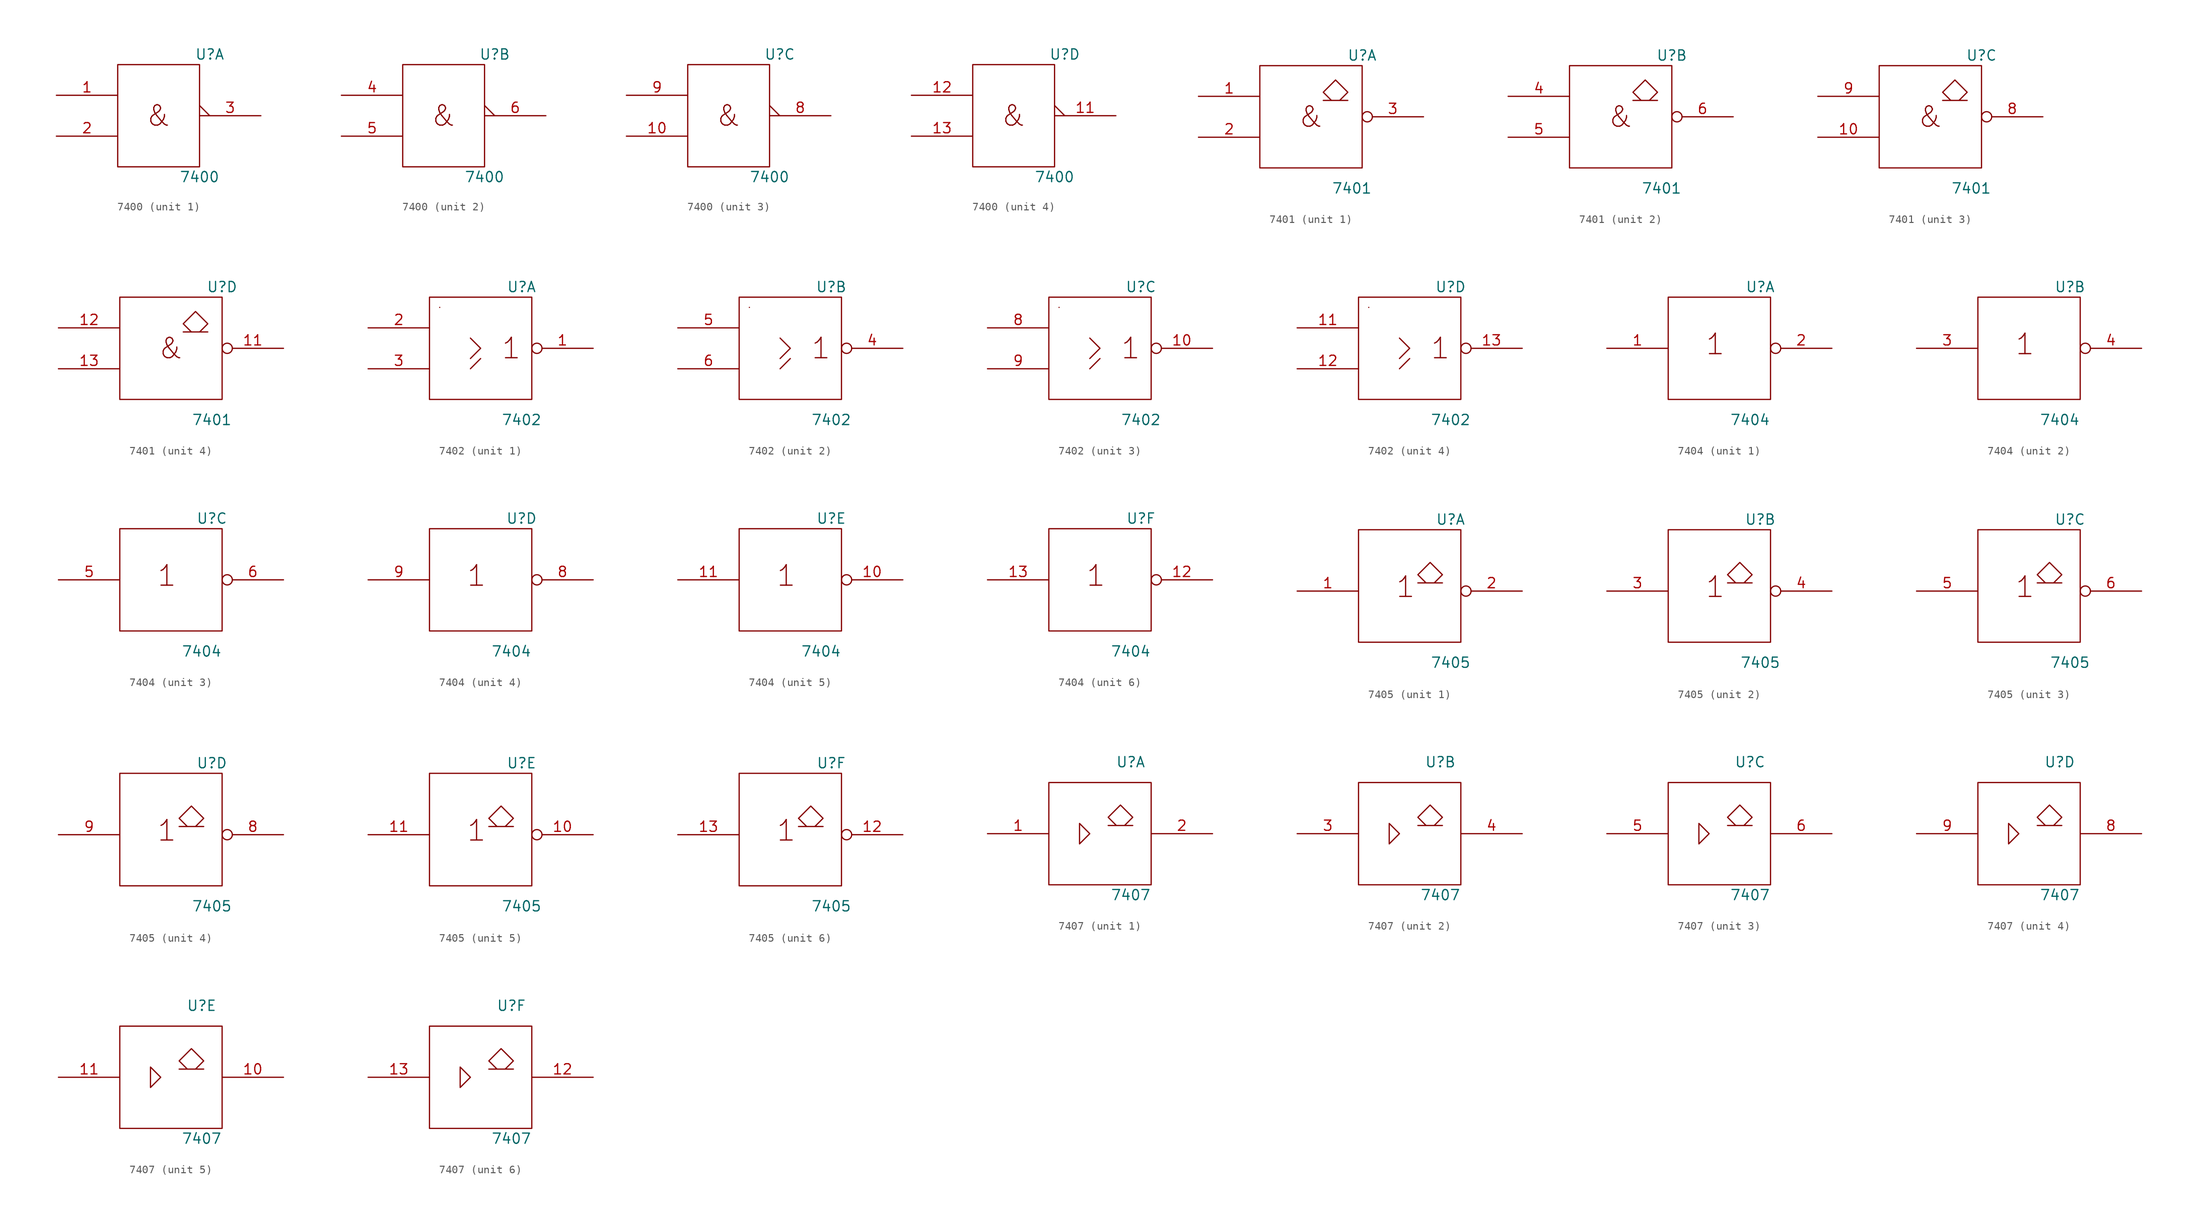
<source format=kicad_sym>
(kicad_symbol_lib
  (version 20201005)
  (generator kicad_symbol_editor)
  (symbol "7400"
    (pin_names
      (offset 0.762))
    (property "Reference" "U"
      (at 6.35 7.62 0)
      (effects (font (size 1.27 1.27))))
    (property "Value" "7400"
      (at 5.08 -7.62 0)
      (effects (font (size 1.27 1.27))))
    (symbol "7400_0_0"
      (text "&" (at 0 0 0) (effects (font (size 2.54 2.54)))))
    (symbol "7400_0_1"
      (rectangle (start -5.08 6.35) (end 5.08 -6.35) (stroke (width 0)) (fill (type none)))
      (pin power_in line (at 0 6.35 270) (length 0) hide (name "Vcc" (effects (font (size 1.27 1.27)))) (number "14" (effects (font (size 1.27 1.27)))))
      (pin power_in line (at 0 -6.35 90) (length 0) hide (name "GND" (effects (font (size 1.27 1.27)))) (number "7" (effects (font (size 1.27 1.27))))))
    (symbol "7400_1_1"
      (pin input line (at -12.7 2.54 0) (length 7.62) (name "~" (effects (font (size 1.27 1.27)))) (number "1" (effects (font (size 1.27 1.27)))))
      (pin input line (at -12.7 -2.54 0) (length 7.62) (name "~" (effects (font (size 1.27 1.27)))) (number "2" (effects (font (size 1.27 1.27)))))
      (pin output output_low (at 12.7 0 180) (length 7.62) (name "~" (effects (font (size 1.27 1.27)))) (number "3" (effects (font (size 1.27 1.27))))))
    (symbol "7400_2_1"
      (pin input line (at -12.7 2.54 0) (length 7.62) (name "~" (effects (font (size 1.27 1.27)))) (number "4" (effects (font (size 1.27 1.27)))))
      (pin input line (at -12.7 -2.54 0) (length 7.62) (name "~" (effects (font (size 1.27 1.27)))) (number "5" (effects (font (size 1.27 1.27)))))
      (pin output output_low (at 12.7 0 180) (length 7.62) (name "~" (effects (font (size 1.27 1.27)))) (number "6" (effects (font (size 1.27 1.27))))))
    (symbol "7400_3_1"
      (pin input line (at -12.7 -2.54 0) (length 7.62) (name "~" (effects (font (size 1.27 1.27)))) (number "10" (effects (font (size 1.27 1.27)))))
      (pin output output_low (at 12.7 0 180) (length 7.62) (name "~" (effects (font (size 1.27 1.27)))) (number "8" (effects (font (size 1.27 1.27)))))
      (pin input line (at -12.7 2.54 0) (length 7.62) (name "~" (effects (font (size 1.27 1.27)))) (number "9" (effects (font (size 1.27 1.27))))))
    (symbol "7400_4_1"
      (pin output output_low (at 12.7 0 180) (length 7.62) (name "~" (effects (font (size 1.27 1.27)))) (number "11" (effects (font (size 1.27 1.27)))))
      (pin input line (at -12.7 2.54 0) (length 7.62) (name "~" (effects (font (size 1.27 1.27)))) (number "12" (effects (font (size 1.27 1.27)))))
      (pin input line (at -12.7 -2.54 0) (length 7.62) (name "~" (effects (font (size 1.27 1.27)))) (number "13" (effects (font (size 1.27 1.27)))))))
  (symbol "7401"
    (pin_names
      (offset 0.762))
    (property "Reference" "U"
      (at 6.35 7.62 0)
      (effects (font (size 1.27 1.27))))
    (property "Value" "7401"
      (at 5.08 -8.89 0)
      (effects (font (size 1.27 1.27))))
    (symbol "7401_0_0"
      (text "&" (at 0 0 0) (effects (font (size 2.54 2.54))))
      (polyline (pts (xy 2.54 2.032) (xy 1.524 3.048) (xy 3.048 4.572) (xy 4.572 3.048) (xy 3.556 2.032) (xy 4.572 2.032) (xy 1.524 2.032) (xy 1.524 2.032)) (stroke (width 0)) (fill (type none))))
    (symbol "7401_0_1"
      (rectangle (start -6.35 6.35) (end 6.35 -6.35) (stroke (width 0)) (fill (type none)))
      (pin power_in line (at 0 6.35 270) (length 0) hide (name "Vcc" (effects (font (size 1.27 1.27)))) (number "14" (effects (font (size 1.27 1.27)))))
      (pin power_in line (at 0 -6.35 90) (length 0) hide (name "GND" (effects (font (size 1.27 1.27)))) (number "7" (effects (font (size 1.27 1.27))))))
    (symbol "7401_1_1"
      (pin input line (at -13.97 2.54 0) (length 7.62) (name "~" (effects (font (size 1.27 1.27)))) (number "1" (effects (font (size 1.27 1.27)))))
      (pin input line (at -13.97 -2.54 0) (length 7.62) (name "~" (effects (font (size 1.27 1.27)))) (number "2" (effects (font (size 1.27 1.27)))))
      (pin open_collector inverted (at 13.97 0 180) (length 7.62) (name "~" (effects (font (size 1.27 1.27)))) (number "3" (effects (font (size 1.27 1.27))))))
    (symbol "7401_2_1"
      (pin input line (at -13.97 2.54 0) (length 7.62) (name "~" (effects (font (size 1.27 1.27)))) (number "4" (effects (font (size 1.27 1.27)))))
      (pin input line (at -13.97 -2.54 0) (length 7.62) (name "~" (effects (font (size 1.27 1.27)))) (number "5" (effects (font (size 1.27 1.27)))))
      (pin open_collector inverted (at 13.97 0 180) (length 7.62) (name "~" (effects (font (size 1.27 1.27)))) (number "6" (effects (font (size 1.27 1.27))))))
    (symbol "7401_3_1"
      (pin input line (at -13.97 -2.54 0) (length 7.62) (name "~" (effects (font (size 1.27 1.27)))) (number "10" (effects (font (size 1.27 1.27)))))
      (pin open_collector inverted (at 13.97 0 180) (length 7.62) (name "~" (effects (font (size 1.27 1.27)))) (number "8" (effects (font (size 1.27 1.27)))))
      (pin input line (at -13.97 2.54 0) (length 7.62) (name "~" (effects (font (size 1.27 1.27)))) (number "9" (effects (font (size 1.27 1.27))))))
    (symbol "7401_4_1"
      (pin open_collector inverted (at 13.97 0 180) (length 7.62) (name "~" (effects (font (size 1.27 1.27)))) (number "11" (effects (font (size 1.27 1.27)))))
      (pin input line (at -13.97 2.54 0) (length 7.62) (name "~" (effects (font (size 1.27 1.27)))) (number "12" (effects (font (size 1.27 1.27)))))
      (pin input line (at -13.97 -2.54 0) (length 7.62) (name "~" (effects (font (size 1.27 1.27)))) (number "13" (effects (font (size 1.27 1.27)))))))
  (symbol "7402"
    (pin_names
      (offset 0.762))
    (property "Reference" "U"
      (at 5.08 7.62 0)
      (effects (font (size 1.27 1.27))))
    (property "Value" "7402"
      (at 5.08 -8.89 0)
      (effects (font (size 1.27 1.27))))
    (symbol "7402_0_0"
      (text "1" (at 3.81 0 0) (effects (font (size 2.54 2.54))))
      (rectangle (start -5.08 5.08) (end -5.08 5.08) (stroke (width 0)) (fill (type none)))
      (polyline (pts (xy -1.27 -2.54) (xy 0 -1.27) (xy 0 -1.27)) (stroke (width 0)) (fill (type none)))
      (polyline (pts (xy -1.27 1.27) (xy 0 0) (xy -1.27 -1.27) (xy -1.27 -1.27)) (stroke (width 0)) (fill (type none))))
    (symbol "7402_0_1"
      (rectangle (start -6.35 6.35) (end 6.35 -6.35) (stroke (width 0)) (fill (type none)))
      (pin power_in line (at 0 6.35 270) (length 0) hide (name "VCC" (effects (font (size 1.27 1.27)))) (number "14" (effects (font (size 1.27 1.27)))))
      (pin power_in line (at 0 -6.35 90) (length 0) hide (name "GND" (effects (font (size 1.27 1.27)))) (number "7" (effects (font (size 1.27 1.27))))))
    (symbol "7402_1_1"
      (pin output inverted (at 13.97 0 180) (length 7.62) (name "~" (effects (font (size 1.27 1.27)))) (number "1" (effects (font (size 1.27 1.27)))))
      (pin input line (at -13.97 2.54 0) (length 7.62) (name "~" (effects (font (size 1.27 1.27)))) (number "2" (effects (font (size 1.27 1.27)))))
      (pin input line (at -13.97 -2.54 0) (length 7.62) (name "~" (effects (font (size 1.27 1.27)))) (number "3" (effects (font (size 1.27 1.27))))))
    (symbol "7402_2_1"
      (pin output inverted (at 13.97 0 180) (length 7.62) (name "~" (effects (font (size 1.27 1.27)))) (number "4" (effects (font (size 1.27 1.27)))))
      (pin input line (at -13.97 2.54 0) (length 7.62) (name "~" (effects (font (size 1.27 1.27)))) (number "5" (effects (font (size 1.27 1.27)))))
      (pin input line (at -13.97 -2.54 0) (length 7.62) (name "~" (effects (font (size 1.27 1.27)))) (number "6" (effects (font (size 1.27 1.27))))))
    (symbol "7402_3_1"
      (pin output inverted (at 13.97 0 180) (length 7.62) (name "~" (effects (font (size 1.27 1.27)))) (number "10" (effects (font (size 1.27 1.27)))))
      (pin input line (at -13.97 2.54 0) (length 7.62) (name "~" (effects (font (size 1.27 1.27)))) (number "8" (effects (font (size 1.27 1.27)))))
      (pin input line (at -13.97 -2.54 0) (length 7.62) (name "~" (effects (font (size 1.27 1.27)))) (number "9" (effects (font (size 1.27 1.27))))))
    (symbol "7402_4_1"
      (pin input line (at -13.97 2.54 0) (length 7.62) (name "~" (effects (font (size 1.27 1.27)))) (number "11" (effects (font (size 1.27 1.27)))))
      (pin input line (at -13.97 -2.54 0) (length 7.62) (name "~" (effects (font (size 1.27 1.27)))) (number "12" (effects (font (size 1.27 1.27)))))
      (pin output inverted (at 13.97 0 180) (length 7.62) (name "~" (effects (font (size 1.27 1.27)))) (number "13" (effects (font (size 1.27 1.27)))))))
  (symbol "7404"
    (pin_names
      (offset 0.762))
    (property "Reference" "U"
      (at 5.08 7.62 0)
      (effects (font (size 1.27 1.27))))
    (property "Value" "7404"
      (at 3.81 -8.89 0)
      (effects (font (size 1.27 1.27))))
    (symbol "7404_0_0"
      (text "1" (at -0.508 0.508 0) (effects (font (size 2.54 2.54)))))
    (symbol "7404_0_1"
      (rectangle (start -6.35 6.35) (end 6.35 -6.35) (stroke (width 0)) (fill (type none)))
      (pin power_in line (at 0 6.35 270) (length 0) hide (name "Vcc" (effects (font (size 1.27 1.27)))) (number "14" (effects (font (size 1.27 1.27)))))
      (pin power_in line (at 0 -6.35 90) (length 0) hide (name "Gnd" (effects (font (size 1.27 1.27)))) (number "7" (effects (font (size 1.27 1.27))))))
    (symbol "7404_1_1"
      (pin input line (at -13.97 0 0) (length 7.62) (name "~" (effects (font (size 1.27 1.27)))) (number "1" (effects (font (size 1.27 1.27)))))
      (pin input inverted (at 13.97 0 180) (length 7.62) (name "~" (effects (font (size 1.27 1.27)))) (number "2" (effects (font (size 1.27 1.27))))))
    (symbol "7404_2_1"
      (pin input line (at -13.97 0 0) (length 7.62) (name "~" (effects (font (size 1.27 1.27)))) (number "3" (effects (font (size 1.27 1.27)))))
      (pin input inverted (at 13.97 0 180) (length 7.62) (name "~" (effects (font (size 1.27 1.27)))) (number "4" (effects (font (size 1.27 1.27))))))
    (symbol "7404_3_1"
      (pin input line (at -13.97 0 0) (length 7.62) (name "~" (effects (font (size 1.27 1.27)))) (number "5" (effects (font (size 1.27 1.27)))))
      (pin input inverted (at 13.97 0 180) (length 7.62) (name "~" (effects (font (size 1.27 1.27)))) (number "6" (effects (font (size 1.27 1.27))))))
    (symbol "7404_4_1"
      (pin input inverted (at 13.97 0 180) (length 7.62) (name "~" (effects (font (size 1.27 1.27)))) (number "8" (effects (font (size 1.27 1.27)))))
      (pin input line (at -13.97 0 0) (length 7.62) (name "~" (effects (font (size 1.27 1.27)))) (number "9" (effects (font (size 1.27 1.27))))))
    (symbol "7404_5_1"
      (pin input inverted (at 13.97 0 180) (length 7.62) (name "~" (effects (font (size 1.27 1.27)))) (number "10" (effects (font (size 1.27 1.27)))))
      (pin input line (at -13.97 0 0) (length 7.62) (name "~" (effects (font (size 1.27 1.27)))) (number "11" (effects (font (size 1.27 1.27))))))
    (symbol "7404_6_1"
      (pin input inverted (at 13.97 0 180) (length 7.62) (name "~" (effects (font (size 1.27 1.27)))) (number "12" (effects (font (size 1.27 1.27)))))
      (pin input line (at -13.97 0 0) (length 7.62) (name "~" (effects (font (size 1.27 1.27)))) (number "13" (effects (font (size 1.27 1.27)))))))
  (symbol "7405"
    (pin_names
      (offset 0.762))
    (property "Reference" "U"
      (at 5.08 8.89 0)
      (effects (font (size 1.27 1.27))))
    (property "Value" "7405"
      (at 5.08 -8.89 0)
      (effects (font (size 1.27 1.27))))
    (symbol "7405_0_0"
      (text "1" (at -0.508 0.508 0) (effects (font (size 2.54 2.54)))))
    (symbol "7405_0_1"
      (rectangle (start -6.35 7.62) (end 6.35 -6.35) (stroke (width 0)) (fill (type none)))
      (polyline (pts (xy 3.048 1.016) (xy 4.064 2.032) (xy 2.54 3.556) (xy 1.016 2.032) (xy 2.032 1.016) (xy 1.016 1.016) (xy 4.064 1.016) (xy 4.064 1.016)) (stroke (width 0)) (fill (type none)))
      (pin input line (at 0 7.62 270) (length 0) hide (name "Vcc" (effects (font (size 1.27 1.27)))) (number "14" (effects (font (size 1.27 1.27)))))
      (pin input line (at 0 -6.35 90) (length 0) hide (name "Gnd" (effects (font (size 1.27 1.27)))) (number "7" (effects (font (size 1.27 1.27))))))
    (symbol "7405_1_1"
      (pin input line (at -13.97 0 0) (length 7.62) (name "~" (effects (font (size 1.27 1.27)))) (number "1" (effects (font (size 1.27 1.27)))))
      (pin open_collector inverted (at 13.97 0 180) (length 7.62) (name "~" (effects (font (size 1.27 1.27)))) (number "2" (effects (font (size 1.27 1.27))))))
    (symbol "7405_2_1"
      (pin input line (at -13.97 0 0) (length 7.62) (name "~" (effects (font (size 1.27 1.27)))) (number "3" (effects (font (size 1.27 1.27)))))
      (pin open_collector inverted (at 13.97 0 180) (length 7.62) (name "~" (effects (font (size 1.27 1.27)))) (number "4" (effects (font (size 1.27 1.27))))))
    (symbol "7405_3_1"
      (pin input line (at -13.97 0 0) (length 7.62) (name "~" (effects (font (size 1.27 1.27)))) (number "5" (effects (font (size 1.27 1.27)))))
      (pin open_collector inverted (at 13.97 0 180) (length 7.62) (name "~" (effects (font (size 1.27 1.27)))) (number "6" (effects (font (size 1.27 1.27))))))
    (symbol "7405_4_1"
      (pin open_collector inverted (at 13.97 0 180) (length 7.62) (name "~" (effects (font (size 1.27 1.27)))) (number "8" (effects (font (size 1.27 1.27)))))
      (pin input line (at -13.97 0 0) (length 7.62) (name "~" (effects (font (size 1.27 1.27)))) (number "9" (effects (font (size 1.27 1.27))))))
    (symbol "7405_5_1"
      (pin open_collector inverted (at 13.97 0 180) (length 7.62) (name "~" (effects (font (size 1.27 1.27)))) (number "10" (effects (font (size 1.27 1.27)))))
      (pin input line (at -13.97 0 0) (length 7.62) (name "~" (effects (font (size 1.27 1.27)))) (number "11" (effects (font (size 1.27 1.27))))))
    (symbol "7405_6_1"
      (pin open_collector inverted (at 13.97 0 180) (length 7.62) (name "~" (effects (font (size 1.27 1.27)))) (number "12" (effects (font (size 1.27 1.27)))))
      (pin input line (at -13.97 0 0) (length 7.62) (name "~" (effects (font (size 1.27 1.27)))) (number "13" (effects (font (size 1.27 1.27)))))))
  (symbol "7407"
    (pin_names
      (offset 0.762))
    (property "Reference" "U"
      (at 3.81 8.89 0)
      (effects (font (size 1.27 1.27))))
    (property "Value" "7407"
      (at 3.81 -7.62 0)
      (effects (font (size 1.27 1.27))))
    (symbol "7407_0_1"
      (rectangle (start -6.35 6.35) (end 6.35 -6.35) (stroke (width 0)) (fill (type none)))
      (polyline (pts (xy -2.54 1.27) (xy -2.54 -1.27) (xy -1.27 0) (xy -2.54 1.27) (xy -2.54 1.27)) (stroke (width 0)) (fill (type none)))
      (polyline (pts (xy 3.048 1.016) (xy 4.064 2.032) (xy 2.54 3.556) (xy 1.016 2.032) (xy 2.032 1.016) (xy 1.016 1.016) (xy 4.064 1.016) (xy 4.064 1.016)) (stroke (width 0)) (fill (type none)))
      (pin power_in line (at 0 6.35 270) (length 0) hide (name "Vcc" (effects (font (size 1.27 1.27)))) (number "14" (effects (font (size 1.27 1.27)))))
      (pin power_in line (at 0 -6.35 90) (length 0) hide (name "Gnd" (effects (font (size 1.27 1.27)))) (number "7" (effects (font (size 1.27 1.27))))))
    (symbol "7407_1_1"
      (pin input line (at -13.97 0 0) (length 7.62) (name "~" (effects (font (size 1.27 1.27)))) (number "1" (effects (font (size 1.27 1.27)))))
      (pin open_collector line (at 13.97 0 180) (length 7.62) (name "~" (effects (font (size 1.27 1.27)))) (number "2" (effects (font (size 1.27 1.27))))))
    (symbol "7407_2_1"
      (pin input line (at -13.97 0 0) (length 7.62) (name "~" (effects (font (size 1.27 1.27)))) (number "3" (effects (font (size 1.27 1.27)))))
      (pin open_collector line (at 13.97 0 180) (length 7.62) (name "~" (effects (font (size 1.27 1.27)))) (number "4" (effects (font (size 1.27 1.27))))))
    (symbol "7407_3_1"
      (pin input line (at -13.97 0 0) (length 7.62) (name "~" (effects (font (size 1.27 1.27)))) (number "5" (effects (font (size 1.27 1.27)))))
      (pin open_collector line (at 13.97 0 180) (length 7.62) (name "~" (effects (font (size 1.27 1.27)))) (number "6" (effects (font (size 1.27 1.27))))))
    (symbol "7407_4_1"
      (pin open_collector line (at 13.97 0 180) (length 7.62) (name "~" (effects (font (size 1.27 1.27)))) (number "8" (effects (font (size 1.27 1.27)))))
      (pin input line (at -13.97 0 0) (length 7.62) (name "~" (effects (font (size 1.27 1.27)))) (number "9" (effects (font (size 1.27 1.27))))))
    (symbol "7407_5_1"
      (pin open_collector line (at 13.97 0 180) (length 7.62) (name "~" (effects (font (size 1.27 1.27)))) (number "10" (effects (font (size 1.27 1.27)))))
      (pin input line (at -13.97 0 0) (length 7.62) (name "~" (effects (font (size 1.27 1.27)))) (number "11" (effects (font (size 1.27 1.27))))))
    (symbol "7407_6_1"
      (pin open_collector line (at 13.97 0 180) (length 7.62) (name "~" (effects (font (size 1.27 1.27)))) (number "12" (effects (font (size 1.27 1.27)))))
      (pin input line (at -13.97 0 0) (length 7.62) (name "~" (effects (font (size 1.27 1.27)))) (number "13" (effects (font (size 1.27 1.27))))))))
</source>
